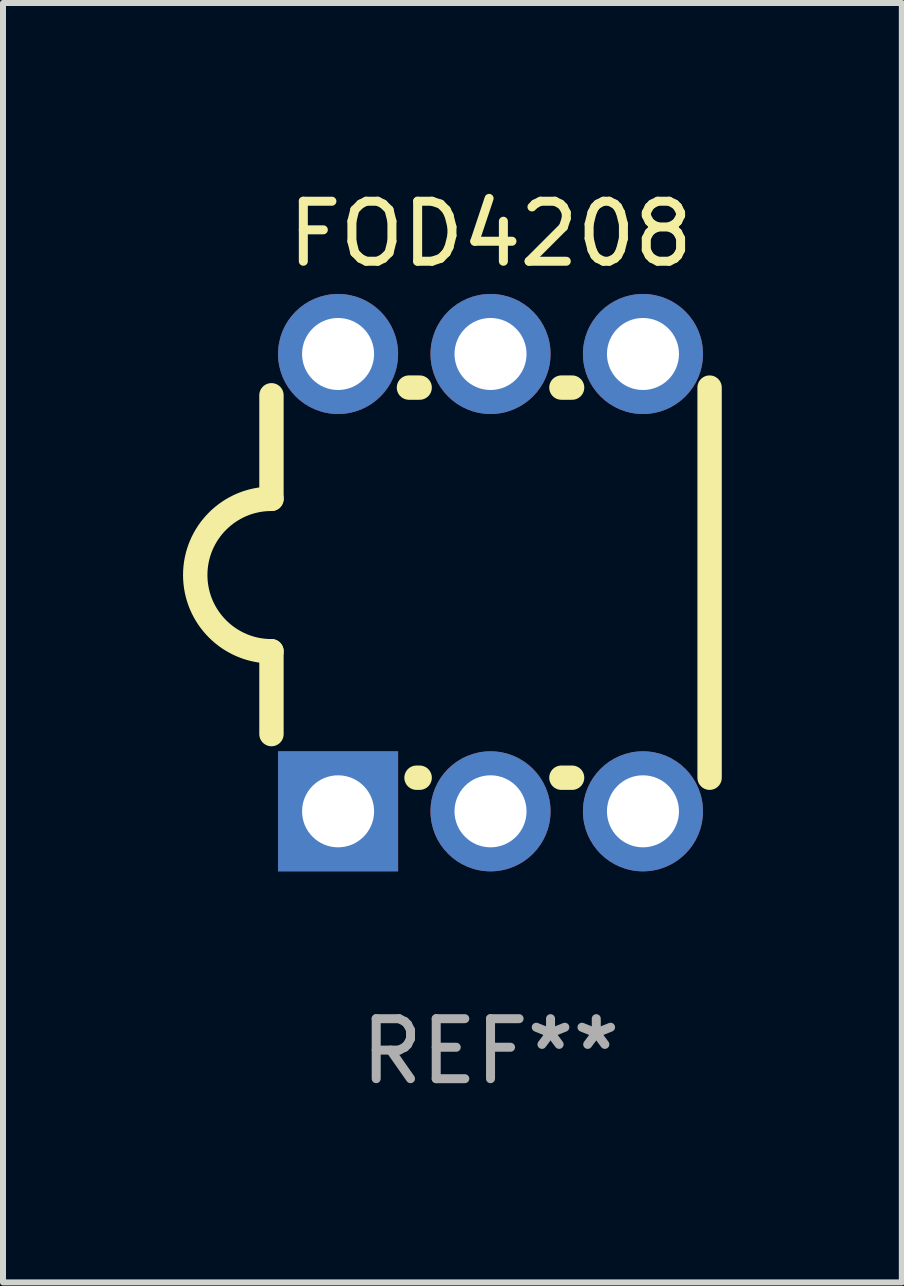
<source format=kicad_pcb>
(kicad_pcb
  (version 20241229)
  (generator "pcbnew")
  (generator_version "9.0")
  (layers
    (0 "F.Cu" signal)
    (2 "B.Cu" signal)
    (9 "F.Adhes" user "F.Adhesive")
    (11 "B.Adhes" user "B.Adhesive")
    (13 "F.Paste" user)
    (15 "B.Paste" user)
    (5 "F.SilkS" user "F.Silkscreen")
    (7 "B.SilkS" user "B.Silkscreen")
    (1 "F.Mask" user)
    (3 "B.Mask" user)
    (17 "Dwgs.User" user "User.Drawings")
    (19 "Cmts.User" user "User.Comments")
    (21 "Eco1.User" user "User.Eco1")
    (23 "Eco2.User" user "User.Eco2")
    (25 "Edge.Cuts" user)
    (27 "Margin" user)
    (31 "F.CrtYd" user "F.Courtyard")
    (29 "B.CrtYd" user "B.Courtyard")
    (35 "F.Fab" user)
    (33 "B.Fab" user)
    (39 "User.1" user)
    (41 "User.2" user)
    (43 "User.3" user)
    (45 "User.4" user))
  (footprint "FOD4208"
    (layer "F.Cu")
    (at 5.123 6.658)
    (property "Reference" "FOD4208" (at 0 -5.81 0) (layer "F.SilkS") (effects (font (size 1 1) (thickness 0.15))))
    (attr through_hole)
    (fp_line (start -3.65 1.143) (end -3.65 2.523) (stroke (width 0.406) (type solid)) (layer "F.SilkS"))
    (fp_line (start -3.65 -1.397) (end -3.65 -3.122) (stroke (width 0.406) (type solid)) (layer "F.SilkS"))
    (fp_line (start -1.359 -3.25) (end -1.181 -3.25) (stroke (width 0.406) (type solid)) (layer "F.SilkS"))
    (fp_line (start -1.233 3.25) (end -1.181 3.25) (stroke (width 0.406) (type solid)) (layer "F.SilkS"))
    (fp_line (start 1.181 -3.25) (end 1.359 -3.25) (stroke (width 0.406) (type solid)) (layer "F.SilkS"))
    (fp_line (start 1.181 3.25) (end 1.359 3.25) (stroke (width 0.406) (type solid)) (layer "F.SilkS"))
    (fp_line (start 3.65 -3.25) (end 3.65 3.25) (stroke (width 0.406) (type solid)) (layer "F.SilkS"))
    (fp_arc (start -3.650013 1.143002) (mid -4.919989 -0.127014) (end -3.649986 -1.397002) (stroke (width 0.4064) (type solid)) (layer "F.SilkS"))
    (fp_text user "REF**" (at 0 7.81 0) (layer "F.Fab") (effects (font (size 1 1) (thickness 0.15))))
    (pad "1" thru_hole rect (at -2.54 3.81 90) (size 2 2) (drill 1.2) (layers "*.Cu" "*.Mask"))
    (pad "2" thru_hole circle (at 0 3.81) (size 2 2) (drill 1.2) (layers "*.Cu" "*.Mask"))
    (pad "3" thru_hole circle (at 2.54 3.81) (size 2 2) (drill 1.2) (layers "*.Cu" "*.Mask"))
    (pad "4" thru_hole circle (at 2.54 -3.81) (size 2 2) (drill 1.2) (layers "*.Cu" "*.Mask"))
    (pad "5" thru_hole circle (at 0 -3.81) (size 2 2) (drill 1.2) (layers "*.Cu" "*.Mask"))
    (pad "6" thru_hole circle (at -2.54 -3.81) (size 2 2) (drill 1.2) (layers "*.Cu" "*.Mask")))
  (gr_rect
    (start -3 -3)
    (end 11.976 18.317)
    (stroke (width 0.1) (type default))
    (fill no)
    (layer "Edge.Cuts")))
</source>
